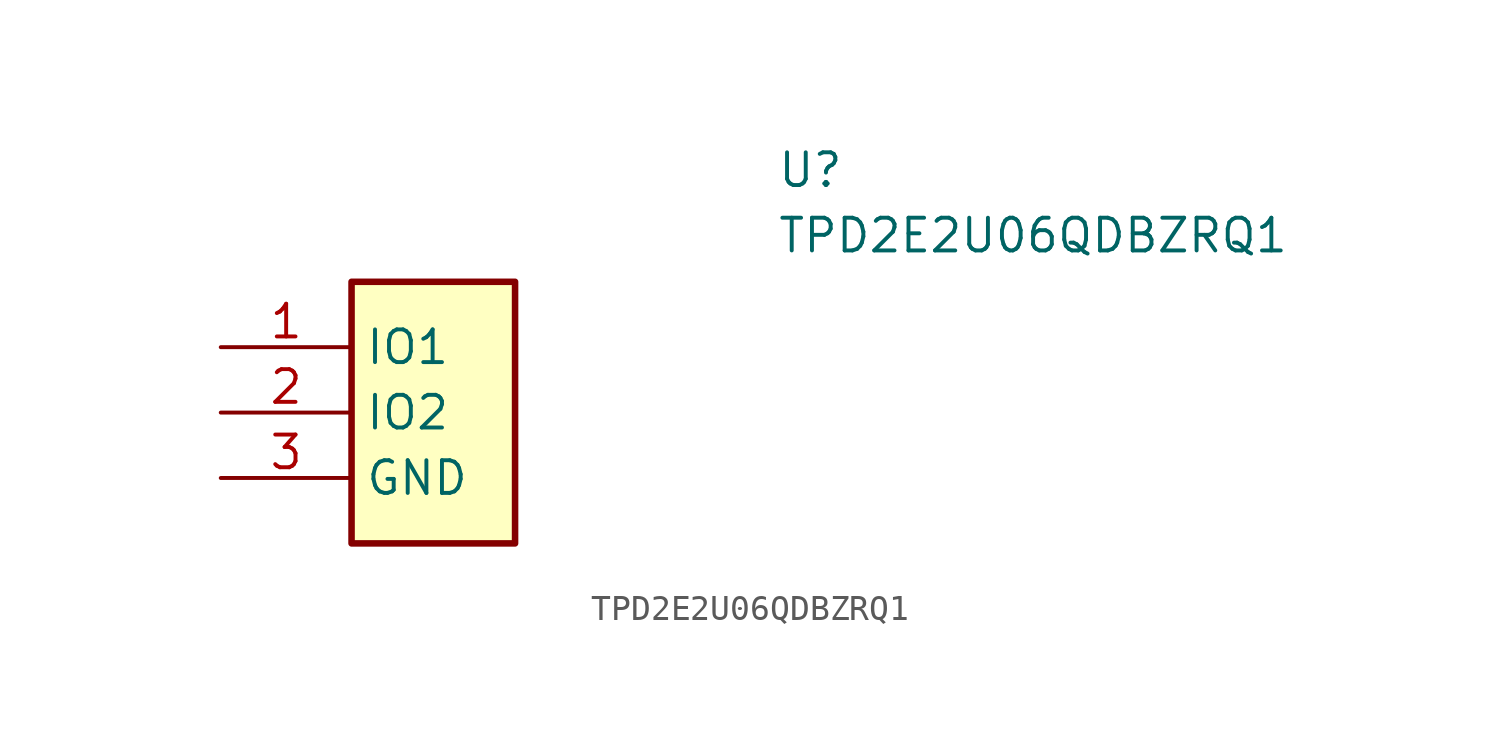
<source format=kicad_sym>
(kicad_symbol_lib
  (version 20220914)
  (generator kicad_symbol_editor)
  (symbol "TPD2E2U06QDBZRQ1"
    (property "Reference" "U"
      (at 21.59 7.62 0)
      (effects (font (size 1.27 1.27)) (justify left top)))
    (property "Value" "TPD2E2U06QDBZRQ1"
      (at 21.59 5.08 0)
      (effects (font (size 1.27 1.27)) (justify left top)))
    (symbol "TPD2E2U06QDBZRQ1_1_1"
      (rectangle (start 5.08 2.54) (end 11.43 -7.62) (stroke (width 0.254) (type default)) (fill (type background)))
      (pin input line (at 0 0 0) (length 5.08) (name "IO1" (effects (font (size 1.27 1.27)))) (number "1" (effects (font (size 1.27 1.27)))))
      (pin input line (at 0 -2.54 0) (length 5.08) (name "IO2" (effects (font (size 1.27 1.27)))) (number "2" (effects (font (size 1.27 1.27)))))
      (pin power_in line (at 0 -5.08 0) (length 5.08) (name "GND" (effects (font (size 1.27 1.27)))) (number "3" (effects (font (size 1.27 1.27))))))))
</source>
